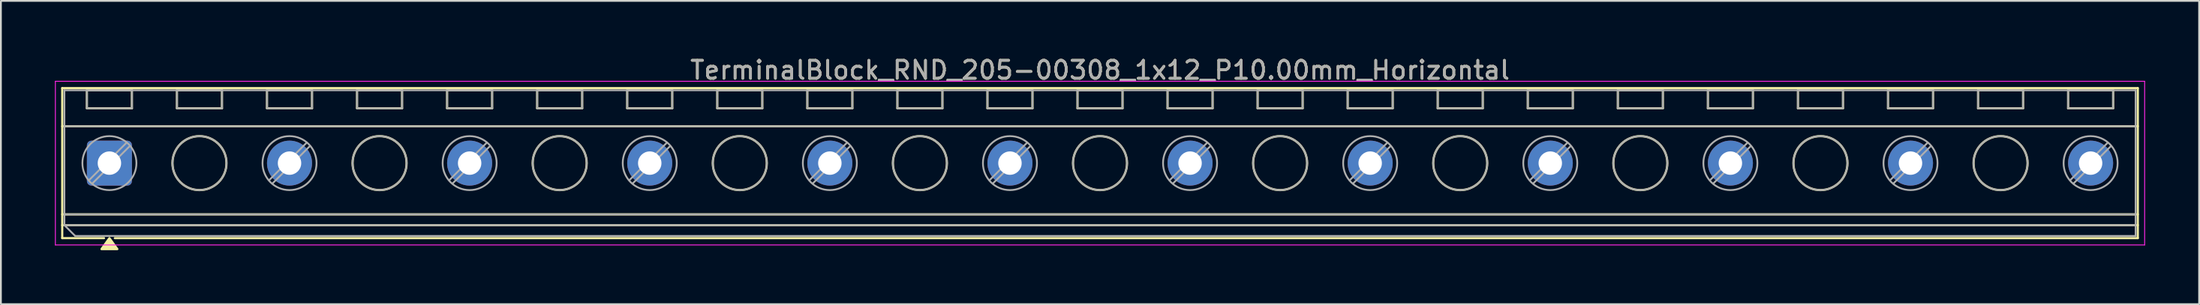
<source format=kicad_pcb>
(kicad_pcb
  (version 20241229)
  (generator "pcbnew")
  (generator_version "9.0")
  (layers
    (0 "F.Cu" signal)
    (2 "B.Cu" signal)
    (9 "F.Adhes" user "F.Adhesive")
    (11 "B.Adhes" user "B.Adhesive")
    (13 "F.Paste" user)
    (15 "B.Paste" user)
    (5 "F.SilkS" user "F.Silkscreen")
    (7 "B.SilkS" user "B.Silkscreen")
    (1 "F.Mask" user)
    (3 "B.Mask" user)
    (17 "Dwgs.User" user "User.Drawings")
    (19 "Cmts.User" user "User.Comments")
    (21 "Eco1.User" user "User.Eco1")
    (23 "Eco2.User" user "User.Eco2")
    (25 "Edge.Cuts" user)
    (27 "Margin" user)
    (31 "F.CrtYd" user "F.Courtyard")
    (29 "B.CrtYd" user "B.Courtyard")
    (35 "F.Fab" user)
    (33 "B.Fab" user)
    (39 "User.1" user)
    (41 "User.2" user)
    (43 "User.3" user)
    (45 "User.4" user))
  (footprint "TerminalBlock_RND_205-00308_1x12_P10.00mm_Horizontal"
    (layer "F.Cu")
    (at 3.025 6.018)
    (property "Reference" "TerminalBlock_RND_205-00308_1x12_P10.00mm_Horizontal" (at 55 -5.17 0) (layer "F.SilkS") (effects (font (size 1 1) (thickness 0.15))))
    (attr through_hole)
    (fp_line (start -2.62 -4.17) (end 112.62 -4.17) (stroke (width 0.12) (type solid)) (layer "F.SilkS"))
    (fp_line (start -2.62 -2.05) (end 112.62 -2.05) (stroke (width 0.12) (type solid)) (layer "F.SilkS"))
    (fp_line (start -2.62 2.85) (end 112.62 2.85) (stroke (width 0.12) (type solid)) (layer "F.SilkS"))
    (fp_line (start -2.62 3.45) (end 112.62 3.45) (stroke (width 0.12) (type solid)) (layer "F.SilkS"))
    (fp_line (start -2.62 4.17) (end -2.62 -4.17) (stroke (width 0.12) (type solid)) (layer "F.SilkS"))
    (fp_line (start -1.25 -4.05) (end 1.25 -4.05) (stroke (width 0.12) (type solid)) (layer "F.SilkS"))
    (fp_line (start -1.25 -3.05) (end -1.25 -4.05) (stroke (width 0.12) (type solid)) (layer "F.SilkS"))
    (fp_line (start -0.3 4.17) (end -2.62 4.17) (stroke (width 0.12) (type solid)) (layer "F.SilkS"))
    (fp_line (start 1.25 -4.05) (end 1.25 -3.05) (stroke (width 0.12) (type solid)) (layer "F.SilkS"))
    (fp_line (start 1.25 -3.05) (end -1.25 -3.05) (stroke (width 0.12) (type solid)) (layer "F.SilkS"))
    (fp_line (start 3.75 -4.05) (end 6.25 -4.05) (stroke (width 0.12) (type solid)) (layer "F.SilkS"))
    (fp_line (start 3.75 -3.05) (end 3.75 -4.05) (stroke (width 0.12) (type solid)) (layer "F.SilkS"))
    (fp_line (start 6.25 -4.05) (end 6.25 -3.05) (stroke (width 0.12) (type solid)) (layer "F.SilkS"))
    (fp_line (start 6.25 -3.05) (end 3.75 -3.05) (stroke (width 0.12) (type solid)) (layer "F.SilkS"))
    (fp_line (start 8.75 -4.05) (end 11.25 -4.05) (stroke (width 0.12) (type solid)) (layer "F.SilkS"))
    (fp_line (start 8.75 -3.05) (end 8.75 -4.05) (stroke (width 0.12) (type solid)) (layer "F.SilkS"))
    (fp_line (start 11.25 -4.05) (end 11.25 -3.05) (stroke (width 0.12) (type solid)) (layer "F.SilkS"))
    (fp_line (start 11.25 -3.05) (end 8.75 -3.05) (stroke (width 0.12) (type solid)) (layer "F.SilkS"))
    (fp_line (start 13.75 -4.05) (end 16.25 -4.05) (stroke (width 0.12) (type solid)) (layer "F.SilkS"))
    (fp_line (start 13.75 -3.05) (end 13.75 -4.05) (stroke (width 0.12) (type solid)) (layer "F.SilkS"))
    (fp_line (start 16.25 -4.05) (end 16.25 -3.05) (stroke (width 0.12) (type solid)) (layer "F.SilkS"))
    (fp_line (start 16.25 -3.05) (end 13.75 -3.05) (stroke (width 0.12) (type solid)) (layer "F.SilkS"))
    (fp_line (start 18.75 -4.05) (end 21.25 -4.05) (stroke (width 0.12) (type solid)) (layer "F.SilkS"))
    (fp_line (start 18.75 -3.05) (end 18.75 -4.05) (stroke (width 0.12) (type solid)) (layer "F.SilkS"))
    (fp_line (start 21.25 -4.05) (end 21.25 -3.05) (stroke (width 0.12) (type solid)) (layer "F.SilkS"))
    (fp_line (start 21.25 -3.05) (end 18.75 -3.05) (stroke (width 0.12) (type solid)) (layer "F.SilkS"))
    (fp_line (start 23.75 -4.05) (end 26.25 -4.05) (stroke (width 0.12) (type solid)) (layer "F.SilkS"))
    (fp_line (start 23.75 -3.05) (end 23.75 -4.05) (stroke (width 0.12) (type solid)) (layer "F.SilkS"))
    (fp_line (start 26.25 -4.05) (end 26.25 -3.05) (stroke (width 0.12) (type solid)) (layer "F.SilkS"))
    (fp_line (start 26.25 -3.05) (end 23.75 -3.05) (stroke (width 0.12) (type solid)) (layer "F.SilkS"))
    (fp_line (start 28.75 -4.05) (end 31.25 -4.05) (stroke (width 0.12) (type solid)) (layer "F.SilkS"))
    (fp_line (start 28.75 -3.05) (end 28.75 -4.05) (stroke (width 0.12) (type solid)) (layer "F.SilkS"))
    (fp_line (start 31.25 -4.05) (end 31.25 -3.05) (stroke (width 0.12) (type solid)) (layer "F.SilkS"))
    (fp_line (start 31.25 -3.05) (end 28.75 -3.05) (stroke (width 0.12) (type solid)) (layer "F.SilkS"))
    (fp_line (start 33.75 -4.05) (end 36.25 -4.05) (stroke (width 0.12) (type solid)) (layer "F.SilkS"))
    (fp_line (start 33.75 -3.05) (end 33.75 -4.05) (stroke (width 0.12) (type solid)) (layer "F.SilkS"))
    (fp_line (start 36.25 -4.05) (end 36.25 -3.05) (stroke (width 0.12) (type solid)) (layer "F.SilkS"))
    (fp_line (start 36.25 -3.05) (end 33.75 -3.05) (stroke (width 0.12) (type solid)) (layer "F.SilkS"))
    (fp_line (start 38.75 -4.05) (end 41.25 -4.05) (stroke (width 0.12) (type solid)) (layer "F.SilkS"))
    (fp_line (start 38.75 -3.05) (end 38.75 -4.05) (stroke (width 0.12) (type solid)) (layer "F.SilkS"))
    (fp_line (start 41.25 -4.05) (end 41.25 -3.05) (stroke (width 0.12) (type solid)) (layer "F.SilkS"))
    (fp_line (start 41.25 -3.05) (end 38.75 -3.05) (stroke (width 0.12) (type solid)) (layer "F.SilkS"))
    (fp_line (start 43.75 -4.05) (end 46.25 -4.05) (stroke (width 0.12) (type solid)) (layer "F.SilkS"))
    (fp_line (start 43.75 -3.05) (end 43.75 -4.05) (stroke (width 0.12) (type solid)) (layer "F.SilkS"))
    (fp_line (start 46.25 -4.05) (end 46.25 -3.05) (stroke (width 0.12) (type solid)) (layer "F.SilkS"))
    (fp_line (start 46.25 -3.05) (end 43.75 -3.05) (stroke (width 0.12) (type solid)) (layer "F.SilkS"))
    (fp_line (start 48.75 -4.05) (end 51.25 -4.05) (stroke (width 0.12) (type solid)) (layer "F.SilkS"))
    (fp_line (start 48.75 -3.05) (end 48.75 -4.05) (stroke (width 0.12) (type solid)) (layer "F.SilkS"))
    (fp_line (start 51.25 -4.05) (end 51.25 -3.05) (stroke (width 0.12) (type solid)) (layer "F.SilkS"))
    (fp_line (start 51.25 -3.05) (end 48.75 -3.05) (stroke (width 0.12) (type solid)) (layer "F.SilkS"))
    (fp_line (start 53.75 -4.05) (end 56.25 -4.05) (stroke (width 0.12) (type solid)) (layer "F.SilkS"))
    (fp_line (start 53.75 -3.05) (end 53.75 -4.05) (stroke (width 0.12) (type solid)) (layer "F.SilkS"))
    (fp_line (start 56.25 -4.05) (end 56.25 -3.05) (stroke (width 0.12) (type solid)) (layer "F.SilkS"))
    (fp_line (start 56.25 -3.05) (end 53.75 -3.05) (stroke (width 0.12) (type solid)) (layer "F.SilkS"))
    (fp_line (start 58.75 -4.05) (end 61.25 -4.05) (stroke (width 0.12) (type solid)) (layer "F.SilkS"))
    (fp_line (start 58.75 -3.05) (end 58.75 -4.05) (stroke (width 0.12) (type solid)) (layer "F.SilkS"))
    (fp_line (start 61.25 -4.05) (end 61.25 -3.05) (stroke (width 0.12) (type solid)) (layer "F.SilkS"))
    (fp_line (start 61.25 -3.05) (end 58.75 -3.05) (stroke (width 0.12) (type solid)) (layer "F.SilkS"))
    (fp_line (start 63.75 -4.05) (end 66.25 -4.05) (stroke (width 0.12) (type solid)) (layer "F.SilkS"))
    (fp_line (start 63.75 -3.05) (end 63.75 -4.05) (stroke (width 0.12) (type solid)) (layer "F.SilkS"))
    (fp_line (start 66.25 -4.05) (end 66.25 -3.05) (stroke (width 0.12) (type solid)) (layer "F.SilkS"))
    (fp_line (start 66.25 -3.05) (end 63.75 -3.05) (stroke (width 0.12) (type solid)) (layer "F.SilkS"))
    (fp_line (start 68.75 -4.05) (end 71.25 -4.05) (stroke (width 0.12) (type solid)) (layer "F.SilkS"))
    (fp_line (start 68.75 -3.05) (end 68.75 -4.05) (stroke (width 0.12) (type solid)) (layer "F.SilkS"))
    (fp_line (start 71.25 -4.05) (end 71.25 -3.05) (stroke (width 0.12) (type solid)) (layer "F.SilkS"))
    (fp_line (start 71.25 -3.05) (end 68.75 -3.05) (stroke (width 0.12) (type solid)) (layer "F.SilkS"))
    (fp_line (start 73.75 -4.05) (end 76.25 -4.05) (stroke (width 0.12) (type solid)) (layer "F.SilkS"))
    (fp_line (start 73.75 -3.05) (end 73.75 -4.05) (stroke (width 0.12) (type solid)) (layer "F.SilkS"))
    (fp_line (start 76.25 -4.05) (end 76.25 -3.05) (stroke (width 0.12) (type solid)) (layer "F.SilkS"))
    (fp_line (start 76.25 -3.05) (end 73.75 -3.05) (stroke (width 0.12) (type solid)) (layer "F.SilkS"))
    (fp_line (start 78.75 -4.05) (end 81.25 -4.05) (stroke (width 0.12) (type solid)) (layer "F.SilkS"))
    (fp_line (start 78.75 -3.05) (end 78.75 -4.05) (stroke (width 0.12) (type solid)) (layer "F.SilkS"))
    (fp_line (start 81.25 -4.05) (end 81.25 -3.05) (stroke (width 0.12) (type solid)) (layer "F.SilkS"))
    (fp_line (start 81.25 -3.05) (end 78.75 -3.05) (stroke (width 0.12) (type solid)) (layer "F.SilkS"))
    (fp_line (start 83.75 -4.05) (end 86.25 -4.05) (stroke (width 0.12) (type solid)) (layer "F.SilkS"))
    (fp_line (start 83.75 -3.05) (end 83.75 -4.05) (stroke (width 0.12) (type solid)) (layer "F.SilkS"))
    (fp_line (start 86.25 -4.05) (end 86.25 -3.05) (stroke (width 0.12) (type solid)) (layer "F.SilkS"))
    (fp_line (start 86.25 -3.05) (end 83.75 -3.05) (stroke (width 0.12) (type solid)) (layer "F.SilkS"))
    (fp_line (start 88.75 -4.05) (end 91.25 -4.05) (stroke (width 0.12) (type solid)) (layer "F.SilkS"))
    (fp_line (start 88.75 -3.05) (end 88.75 -4.05) (stroke (width 0.12) (type solid)) (layer "F.SilkS"))
    (fp_line (start 91.25 -4.05) (end 91.25 -3.05) (stroke (width 0.12) (type solid)) (layer "F.SilkS"))
    (fp_line (start 91.25 -3.05) (end 88.75 -3.05) (stroke (width 0.12) (type solid)) (layer "F.SilkS"))
    (fp_line (start 93.75 -4.05) (end 96.25 -4.05) (stroke (width 0.12) (type solid)) (layer "F.SilkS"))
    (fp_line (start 93.75 -3.05) (end 93.75 -4.05) (stroke (width 0.12) (type solid)) (layer "F.SilkS"))
    (fp_line (start 96.25 -4.05) (end 96.25 -3.05) (stroke (width 0.12) (type solid)) (layer "F.SilkS"))
    (fp_line (start 96.25 -3.05) (end 93.75 -3.05) (stroke (width 0.12) (type solid)) (layer "F.SilkS"))
    (fp_line (start 98.75 -4.05) (end 101.25 -4.05) (stroke (width 0.12) (type solid)) (layer "F.SilkS"))
    (fp_line (start 98.75 -3.05) (end 98.75 -4.05) (stroke (width 0.12) (type solid)) (layer "F.SilkS"))
    (fp_line (start 101.25 -4.05) (end 101.25 -3.05) (stroke (width 0.12) (type solid)) (layer "F.SilkS"))
    (fp_line (start 101.25 -3.05) (end 98.75 -3.05) (stroke (width 0.12) (type solid)) (layer "F.SilkS"))
    (fp_line (start 103.75 -4.05) (end 106.25 -4.05) (stroke (width 0.12) (type solid)) (layer "F.SilkS"))
    (fp_line (start 103.75 -3.05) (end 103.75 -4.05) (stroke (width 0.12) (type solid)) (layer "F.SilkS"))
    (fp_line (start 106.25 -4.05) (end 106.25 -3.05) (stroke (width 0.12) (type solid)) (layer "F.SilkS"))
    (fp_line (start 106.25 -3.05) (end 103.75 -3.05) (stroke (width 0.12) (type solid)) (layer "F.SilkS"))
    (fp_line (start 108.75 -4.05) (end 111.25 -4.05) (stroke (width 0.12) (type solid)) (layer "F.SilkS"))
    (fp_line (start 108.75 -3.05) (end 108.75 -4.05) (stroke (width 0.12) (type solid)) (layer "F.SilkS"))
    (fp_line (start 111.25 -4.05) (end 111.25 -3.05) (stroke (width 0.12) (type solid)) (layer "F.SilkS"))
    (fp_line (start 111.25 -3.05) (end 108.75 -3.05) (stroke (width 0.12) (type solid)) (layer "F.SilkS"))
    (fp_line (start 112.62 -4.17) (end 112.62 4.17) (stroke (width 0.12) (type solid)) (layer "F.SilkS"))
    (fp_line (start 112.62 4.17) (end 0.3 4.17) (stroke (width 0.12) (type solid)) (layer "F.SilkS"))
    (fp_circle (center 5 0) (end 6.5 0) (stroke (width 0.12) (type solid)) (fill no) (layer "F.SilkS"))
    (fp_circle (center 15 0) (end 16.5 0) (stroke (width 0.12) (type solid)) (fill no) (layer "F.SilkS"))
    (fp_circle (center 25 0) (end 26.5 0) (stroke (width 0.12) (type solid)) (fill no) (layer "F.SilkS"))
    (fp_circle (center 35 0) (end 36.5 0) (stroke (width 0.12) (type solid)) (fill no) (layer "F.SilkS"))
    (fp_circle (center 45 0) (end 46.5 0) (stroke (width 0.12) (type solid)) (fill no) (layer "F.SilkS"))
    (fp_circle (center 55 0) (end 56.5 0) (stroke (width 0.12) (type solid)) (fill no) (layer "F.SilkS"))
    (fp_circle (center 65 0) (end 66.5 0) (stroke (width 0.12) (type solid)) (fill no) (layer "F.SilkS"))
    (fp_circle (center 75 0) (end 76.5 0) (stroke (width 0.12) (type solid)) (fill no) (layer "F.SilkS"))
    (fp_circle (center 85 0) (end 86.5 0) (stroke (width 0.12) (type solid)) (fill no) (layer "F.SilkS"))
    (fp_circle (center 95 0) (end 96.5 0) (stroke (width 0.12) (type solid)) (fill no) (layer "F.SilkS"))
    (fp_circle (center 105 0) (end 106.5 0) (stroke (width 0.12) (type solid)) (fill no) (layer "F.SilkS"))
    (fp_poly (pts (xy 0 4.17) (xy 0.44 4.78) (xy -0.44 4.78)) (stroke (width 0.12) (type solid)) (fill yes) (layer "F.SilkS"))
    (fp_line (start -3 -4.55) (end -3 4.55) (stroke (width 0.05) (type solid)) (layer "F.CrtYd"))
    (fp_line (start -3 4.55) (end 113 4.55) (stroke (width 0.05) (type solid)) (layer "F.CrtYd"))
    (fp_line (start 113 -4.55) (end -3 -4.55) (stroke (width 0.05) (type solid)) (layer "F.CrtYd"))
    (fp_line (start 113 4.55) (end 113 -4.55) (stroke (width 0.05) (type solid)) (layer "F.CrtYd"))
    (fp_line (start -2.5 -4.05) (end 112.5 -4.05) (stroke (width 0.1) (type solid)) (layer "F.Fab"))
    (fp_line (start -2.5 -2.05) (end 112.5 -2.05) (stroke (width 0.1) (type solid)) (layer "F.Fab"))
    (fp_line (start -2.5 2.85) (end 112.5 2.85) (stroke (width 0.1) (type solid)) (layer "F.Fab"))
    (fp_line (start -2.5 3.45) (end -2.5 -4.05) (stroke (width 0.1) (type solid)) (layer "F.Fab"))
    (fp_line (start -2.5 3.45) (end 112.5 3.45) (stroke (width 0.1) (type solid)) (layer "F.Fab"))
    (fp_line (start -1.9 4.05) (end -2.5 3.45) (stroke (width 0.1) (type solid)) (layer "F.Fab"))
    (fp_line (start -1.25 -4.05) (end -1.25 -3.05) (stroke (width 0.1) (type solid)) (layer "F.Fab"))
    (fp_line (start -1.25 -3.05) (end 1.25 -3.05) (stroke (width 0.1) (type solid)) (layer "F.Fab"))
    (fp_line (start 0.955 -1.138) (end -1.138 0.955) (stroke (width 0.1) (type solid)) (layer "F.Fab"))
    (fp_line (start 1.138 -0.955) (end -0.955 1.138) (stroke (width 0.1) (type solid)) (layer "F.Fab"))
    (fp_line (start 1.25 -4.05) (end -1.25 -4.05) (stroke (width 0.1) (type solid)) (layer "F.Fab"))
    (fp_line (start 1.25 -3.05) (end 1.25 -4.05) (stroke (width 0.1) (type solid)) (layer "F.Fab"))
    (fp_line (start 3.75 -4.05) (end 3.75 -3.05) (stroke (width 0.1) (type solid)) (layer "F.Fab"))
    (fp_line (start 3.75 -3.05) (end 6.25 -3.05) (stroke (width 0.1) (type solid)) (layer "F.Fab"))
    (fp_line (start 6.25 -4.05) (end 3.75 -4.05) (stroke (width 0.1) (type solid)) (layer "F.Fab"))
    (fp_line (start 6.25 -3.05) (end 6.25 -4.05) (stroke (width 0.1) (type solid)) (layer "F.Fab"))
    (fp_line (start 8.75 -4.05) (end 8.75 -3.05) (stroke (width 0.1) (type solid)) (layer "F.Fab"))
    (fp_line (start 8.75 -3.05) (end 11.25 -3.05) (stroke (width 0.1) (type solid)) (layer "F.Fab"))
    (fp_line (start 10.955 -1.138) (end 8.862 0.955) (stroke (width 0.1) (type solid)) (layer "F.Fab"))
    (fp_line (start 11.138 -0.955) (end 9.045 1.138) (stroke (width 0.1) (type solid)) (layer "F.Fab"))
    (fp_line (start 11.25 -4.05) (end 8.75 -4.05) (stroke (width 0.1) (type solid)) (layer "F.Fab"))
    (fp_line (start 11.25 -3.05) (end 11.25 -4.05) (stroke (width 0.1) (type solid)) (layer "F.Fab"))
    (fp_line (start 13.75 -4.05) (end 13.75 -3.05) (stroke (width 0.1) (type solid)) (layer "F.Fab"))
    (fp_line (start 13.75 -3.05) (end 16.25 -3.05) (stroke (width 0.1) (type solid)) (layer "F.Fab"))
    (fp_line (start 16.25 -4.05) (end 13.75 -4.05) (stroke (width 0.1) (type solid)) (layer "F.Fab"))
    (fp_line (start 16.25 -3.05) (end 16.25 -4.05) (stroke (width 0.1) (type solid)) (layer "F.Fab"))
    (fp_line (start 18.75 -4.05) (end 18.75 -3.05) (stroke (width 0.1) (type solid)) (layer "F.Fab"))
    (fp_line (start 18.75 -3.05) (end 21.25 -3.05) (stroke (width 0.1) (type solid)) (layer "F.Fab"))
    (fp_line (start 20.955 -1.138) (end 18.862 0.955) (stroke (width 0.1) (type solid)) (layer "F.Fab"))
    (fp_line (start 21.138 -0.955) (end 19.045 1.138) (stroke (width 0.1) (type solid)) (layer "F.Fab"))
    (fp_line (start 21.25 -4.05) (end 18.75 -4.05) (stroke (width 0.1) (type solid)) (layer "F.Fab"))
    (fp_line (start 21.25 -3.05) (end 21.25 -4.05) (stroke (width 0.1) (type solid)) (layer "F.Fab"))
    (fp_line (start 23.75 -4.05) (end 23.75 -3.05) (stroke (width 0.1) (type solid)) (layer "F.Fab"))
    (fp_line (start 23.75 -3.05) (end 26.25 -3.05) (stroke (width 0.1) (type solid)) (layer "F.Fab"))
    (fp_line (start 26.25 -4.05) (end 23.75 -4.05) (stroke (width 0.1) (type solid)) (layer "F.Fab"))
    (fp_line (start 26.25 -3.05) (end 26.25 -4.05) (stroke (width 0.1) (type solid)) (layer "F.Fab"))
    (fp_line (start 28.75 -4.05) (end 28.75 -3.05) (stroke (width 0.1) (type solid)) (layer "F.Fab"))
    (fp_line (start 28.75 -3.05) (end 31.25 -3.05) (stroke (width 0.1) (type solid)) (layer "F.Fab"))
    (fp_line (start 30.955 -1.138) (end 28.862 0.955) (stroke (width 0.1) (type solid)) (layer "F.Fab"))
    (fp_line (start 31.138 -0.955) (end 29.045 1.138) (stroke (width 0.1) (type solid)) (layer "F.Fab"))
    (fp_line (start 31.25 -4.05) (end 28.75 -4.05) (stroke (width 0.1) (type solid)) (layer "F.Fab"))
    (fp_line (start 31.25 -3.05) (end 31.25 -4.05) (stroke (width 0.1) (type solid)) (layer "F.Fab"))
    (fp_line (start 33.75 -4.05) (end 33.75 -3.05) (stroke (width 0.1) (type solid)) (layer "F.Fab"))
    (fp_line (start 33.75 -3.05) (end 36.25 -3.05) (stroke (width 0.1) (type solid)) (layer "F.Fab"))
    (fp_line (start 36.25 -4.05) (end 33.75 -4.05) (stroke (width 0.1) (type solid)) (layer "F.Fab"))
    (fp_line (start 36.25 -3.05) (end 36.25 -4.05) (stroke (width 0.1) (type solid)) (layer "F.Fab"))
    (fp_line (start 38.75 -4.05) (end 38.75 -3.05) (stroke (width 0.1) (type solid)) (layer "F.Fab"))
    (fp_line (start 38.75 -3.05) (end 41.25 -3.05) (stroke (width 0.1) (type solid)) (layer "F.Fab"))
    (fp_line (start 40.955 -1.138) (end 38.862 0.955) (stroke (width 0.1) (type solid)) (layer "F.Fab"))
    (fp_line (start 41.138 -0.955) (end 39.045 1.138) (stroke (width 0.1) (type solid)) (layer "F.Fab"))
    (fp_line (start 41.25 -4.05) (end 38.75 -4.05) (stroke (width 0.1) (type solid)) (layer "F.Fab"))
    (fp_line (start 41.25 -3.05) (end 41.25 -4.05) (stroke (width 0.1) (type solid)) (layer "F.Fab"))
    (fp_line (start 43.75 -4.05) (end 43.75 -3.05) (stroke (width 0.1) (type solid)) (layer "F.Fab"))
    (fp_line (start 43.75 -3.05) (end 46.25 -3.05) (stroke (width 0.1) (type solid)) (layer "F.Fab"))
    (fp_line (start 46.25 -4.05) (end 43.75 -4.05) (stroke (width 0.1) (type solid)) (layer "F.Fab"))
    (fp_line (start 46.25 -3.05) (end 46.25 -4.05) (stroke (width 0.1) (type solid)) (layer "F.Fab"))
    (fp_line (start 48.75 -4.05) (end 48.75 -3.05) (stroke (width 0.1) (type solid)) (layer "F.Fab"))
    (fp_line (start 48.75 -3.05) (end 51.25 -3.05) (stroke (width 0.1) (type solid)) (layer "F.Fab"))
    (fp_line (start 50.955 -1.138) (end 48.862 0.955) (stroke (width 0.1) (type solid)) (layer "F.Fab"))
    (fp_line (start 51.138 -0.955) (end 49.045 1.138) (stroke (width 0.1) (type solid)) (layer "F.Fab"))
    (fp_line (start 51.25 -4.05) (end 48.75 -4.05) (stroke (width 0.1) (type solid)) (layer "F.Fab"))
    (fp_line (start 51.25 -3.05) (end 51.25 -4.05) (stroke (width 0.1) (type solid)) (layer "F.Fab"))
    (fp_line (start 53.75 -4.05) (end 53.75 -3.05) (stroke (width 0.1) (type solid)) (layer "F.Fab"))
    (fp_line (start 53.75 -3.05) (end 56.25 -3.05) (stroke (width 0.1) (type solid)) (layer "F.Fab"))
    (fp_line (start 56.25 -4.05) (end 53.75 -4.05) (stroke (width 0.1) (type solid)) (layer "F.Fab"))
    (fp_line (start 56.25 -3.05) (end 56.25 -4.05) (stroke (width 0.1) (type solid)) (layer "F.Fab"))
    (fp_line (start 58.75 -4.05) (end 58.75 -3.05) (stroke (width 0.1) (type solid)) (layer "F.Fab"))
    (fp_line (start 58.75 -3.05) (end 61.25 -3.05) (stroke (width 0.1) (type solid)) (layer "F.Fab"))
    (fp_line (start 60.955 -1.138) (end 58.862 0.955) (stroke (width 0.1) (type solid)) (layer "F.Fab"))
    (fp_line (start 61.138 -0.955) (end 59.045 1.138) (stroke (width 0.1) (type solid)) (layer "F.Fab"))
    (fp_line (start 61.25 -4.05) (end 58.75 -4.05) (stroke (width 0.1) (type solid)) (layer "F.Fab"))
    (fp_line (start 61.25 -3.05) (end 61.25 -4.05) (stroke (width 0.1) (type solid)) (layer "F.Fab"))
    (fp_line (start 63.75 -4.05) (end 63.75 -3.05) (stroke (width 0.1) (type solid)) (layer "F.Fab"))
    (fp_line (start 63.75 -3.05) (end 66.25 -3.05) (stroke (width 0.1) (type solid)) (layer "F.Fab"))
    (fp_line (start 66.25 -4.05) (end 63.75 -4.05) (stroke (width 0.1) (type solid)) (layer "F.Fab"))
    (fp_line (start 66.25 -3.05) (end 66.25 -4.05) (stroke (width 0.1) (type solid)) (layer "F.Fab"))
    (fp_line (start 68.75 -4.05) (end 68.75 -3.05) (stroke (width 0.1) (type solid)) (layer "F.Fab"))
    (fp_line (start 68.75 -3.05) (end 71.25 -3.05) (stroke (width 0.1) (type solid)) (layer "F.Fab"))
    (fp_line (start 70.955 -1.138) (end 68.862 0.955) (stroke (width 0.1) (type solid)) (layer "F.Fab"))
    (fp_line (start 71.138 -0.955) (end 69.045 1.138) (stroke (width 0.1) (type solid)) (layer "F.Fab"))
    (fp_line (start 71.25 -4.05) (end 68.75 -4.05) (stroke (width 0.1) (type solid)) (layer "F.Fab"))
    (fp_line (start 71.25 -3.05) (end 71.25 -4.05) (stroke (width 0.1) (type solid)) (layer "F.Fab"))
    (fp_line (start 73.75 -4.05) (end 73.75 -3.05) (stroke (width 0.1) (type solid)) (layer "F.Fab"))
    (fp_line (start 73.75 -3.05) (end 76.25 -3.05) (stroke (width 0.1) (type solid)) (layer "F.Fab"))
    (fp_line (start 76.25 -4.05) (end 73.75 -4.05) (stroke (width 0.1) (type solid)) (layer "F.Fab"))
    (fp_line (start 76.25 -3.05) (end 76.25 -4.05) (stroke (width 0.1) (type solid)) (layer "F.Fab"))
    (fp_line (start 78.75 -4.05) (end 78.75 -3.05) (stroke (width 0.1) (type solid)) (layer "F.Fab"))
    (fp_line (start 78.75 -3.05) (end 81.25 -3.05) (stroke (width 0.1) (type solid)) (layer "F.Fab"))
    (fp_line (start 80.955 -1.138) (end 78.862 0.955) (stroke (width 0.1) (type solid)) (layer "F.Fab"))
    (fp_line (start 81.138 -0.955) (end 79.045 1.138) (stroke (width 0.1) (type solid)) (layer "F.Fab"))
    (fp_line (start 81.25 -4.05) (end 78.75 -4.05) (stroke (width 0.1) (type solid)) (layer "F.Fab"))
    (fp_line (start 81.25 -3.05) (end 81.25 -4.05) (stroke (width 0.1) (type solid)) (layer "F.Fab"))
    (fp_line (start 83.75 -4.05) (end 83.75 -3.05) (stroke (width 0.1) (type solid)) (layer "F.Fab"))
    (fp_line (start 83.75 -3.05) (end 86.25 -3.05) (stroke (width 0.1) (type solid)) (layer "F.Fab"))
    (fp_line (start 86.25 -4.05) (end 83.75 -4.05) (stroke (width 0.1) (type solid)) (layer "F.Fab"))
    (fp_line (start 86.25 -3.05) (end 86.25 -4.05) (stroke (width 0.1) (type solid)) (layer "F.Fab"))
    (fp_line (start 88.75 -4.05) (end 88.75 -3.05) (stroke (width 0.1) (type solid)) (layer "F.Fab"))
    (fp_line (start 88.75 -3.05) (end 91.25 -3.05) (stroke (width 0.1) (type solid)) (layer "F.Fab"))
    (fp_line (start 90.955 -1.138) (end 88.862 0.955) (stroke (width 0.1) (type solid)) (layer "F.Fab"))
    (fp_line (start 91.138 -0.955) (end 89.045 1.138) (stroke (width 0.1) (type solid)) (layer "F.Fab"))
    (fp_line (start 91.25 -4.05) (end 88.75 -4.05) (stroke (width 0.1) (type solid)) (layer "F.Fab"))
    (fp_line (start 91.25 -3.05) (end 91.25 -4.05) (stroke (width 0.1) (type solid)) (layer "F.Fab"))
    (fp_line (start 93.75 -4.05) (end 93.75 -3.05) (stroke (width 0.1) (type solid)) (layer "F.Fab"))
    (fp_line (start 93.75 -3.05) (end 96.25 -3.05) (stroke (width 0.1) (type solid)) (layer "F.Fab"))
    (fp_line (start 96.25 -4.05) (end 93.75 -4.05) (stroke (width 0.1) (type solid)) (layer "F.Fab"))
    (fp_line (start 96.25 -3.05) (end 96.25 -4.05) (stroke (width 0.1) (type solid)) (layer "F.Fab"))
    (fp_line (start 98.75 -4.05) (end 98.75 -3.05) (stroke (width 0.1) (type solid)) (layer "F.Fab"))
    (fp_line (start 98.75 -3.05) (end 101.25 -3.05) (stroke (width 0.1) (type solid)) (layer "F.Fab"))
    (fp_line (start 100.955 -1.138) (end 98.862 0.955) (stroke (width 0.1) (type solid)) (layer "F.Fab"))
    (fp_line (start 101.138 -0.955) (end 99.045 1.138) (stroke (width 0.1) (type solid)) (layer "F.Fab"))
    (fp_line (start 101.25 -4.05) (end 98.75 -4.05) (stroke (width 0.1) (type solid)) (layer "F.Fab"))
    (fp_line (start 101.25 -3.05) (end 101.25 -4.05) (stroke (width 0.1) (type solid)) (layer "F.Fab"))
    (fp_line (start 103.75 -4.05) (end 103.75 -3.05) (stroke (width 0.1) (type solid)) (layer "F.Fab"))
    (fp_line (start 103.75 -3.05) (end 106.25 -3.05) (stroke (width 0.1) (type solid)) (layer "F.Fab"))
    (fp_line (start 106.25 -4.05) (end 103.75 -4.05) (stroke (width 0.1) (type solid)) (layer "F.Fab"))
    (fp_line (start 106.25 -3.05) (end 106.25 -4.05) (stroke (width 0.1) (type solid)) (layer "F.Fab"))
    (fp_line (start 108.75 -4.05) (end 108.75 -3.05) (stroke (width 0.1) (type solid)) (layer "F.Fab"))
    (fp_line (start 108.75 -3.05) (end 111.25 -3.05) (stroke (width 0.1) (type solid)) (layer "F.Fab"))
    (fp_line (start 110.955 -1.138) (end 108.862 0.955) (stroke (width 0.1) (type solid)) (layer "F.Fab"))
    (fp_line (start 111.138 -0.955) (end 109.045 1.138) (stroke (width 0.1) (type solid)) (layer "F.Fab"))
    (fp_line (start 111.25 -4.05) (end 108.75 -4.05) (stroke (width 0.1) (type solid)) (layer "F.Fab"))
    (fp_line (start 111.25 -3.05) (end 111.25 -4.05) (stroke (width 0.1) (type solid)) (layer "F.Fab"))
    (fp_line (start 112.5 -4.05) (end 112.5 4.05) (stroke (width 0.1) (type solid)) (layer "F.Fab"))
    (fp_line (start 112.5 4.05) (end -1.9 4.05) (stroke (width 0.1) (type solid)) (layer "F.Fab"))
    (fp_circle (center 0 0) (end 1.5 0) (stroke (width 0.1) (type solid)) (fill no) (layer "F.Fab"))
    (fp_circle (center 5 0) (end 6.5 0) (stroke (width 0.1) (type solid)) (fill no) (layer "F.Fab"))
    (fp_circle (center 10 0) (end 11.5 0) (stroke (width 0.1) (type solid)) (fill no) (layer "F.Fab"))
    (fp_circle (center 15 0) (end 16.5 0) (stroke (width 0.1) (type solid)) (fill no) (layer "F.Fab"))
    (fp_circle (center 20 0) (end 21.5 0) (stroke (width 0.1) (type solid)) (fill no) (layer "F.Fab"))
    (fp_circle (center 25 0) (end 26.5 0) (stroke (width 0.1) (type solid)) (fill no) (layer "F.Fab"))
    (fp_circle (center 30 0) (end 31.5 0) (stroke (width 0.1) (type solid)) (fill no) (layer "F.Fab"))
    (fp_circle (center 35 0) (end 36.5 0) (stroke (width 0.1) (type solid)) (fill no) (layer "F.Fab"))
    (fp_circle (center 40 0) (end 41.5 0) (stroke (width 0.1) (type solid)) (fill no) (layer "F.Fab"))
    (fp_circle (center 45 0) (end 46.5 0) (stroke (width 0.1) (type solid)) (fill no) (layer "F.Fab"))
    (fp_circle (center 50 0) (end 51.5 0) (stroke (width 0.1) (type solid)) (fill no) (layer "F.Fab"))
    (fp_circle (center 55 0) (end 56.5 0) (stroke (width 0.1) (type solid)) (fill no) (layer "F.Fab"))
    (fp_circle (center 60 0) (end 61.5 0) (stroke (width 0.1) (type solid)) (fill no) (layer "F.Fab"))
    (fp_circle (center 65 0) (end 66.5 0) (stroke (width 0.1) (type solid)) (fill no) (layer "F.Fab"))
    (fp_circle (center 70 0) (end 71.5 0) (stroke (width 0.1) (type solid)) (fill no) (layer "F.Fab"))
    (fp_circle (center 75 0) (end 76.5 0) (stroke (width 0.1) (type solid)) (fill no) (layer "F.Fab"))
    (fp_circle (center 80 0) (end 81.5 0) (stroke (width 0.1) (type solid)) (fill no) (layer "F.Fab"))
    (fp_circle (center 85 0) (end 86.5 0) (stroke (width 0.1) (type solid)) (fill no) (layer "F.Fab"))
    (fp_circle (center 90 0) (end 91.5 0) (stroke (width 0.1) (type solid)) (fill no) (layer "F.Fab"))
    (fp_circle (center 95 0) (end 96.5 0) (stroke (width 0.1) (type solid)) (fill no) (layer "F.Fab"))
    (fp_circle (center 100 0) (end 101.5 0) (stroke (width 0.1) (type solid)) (fill no) (layer "F.Fab"))
    (fp_circle (center 105 0) (end 106.5 0) (stroke (width 0.1) (type solid)) (fill no) (layer "F.Fab"))
    (fp_circle (center 110 0) (end 111.5 0) (stroke (width 0.1) (type solid)) (fill no) (layer "F.Fab"))
    (fp_text user "${REFERENCE}" (at 55 -5.17 0) (layer "F.Fab") (effects (font (size 1 1) (thickness 0.15))))
    (pad "1" thru_hole roundrect (at 0 0) (size 2.5 2.5) (drill 1.3) (layers "*.Cu" "*.Mask") (roundrect_rratio 0.1))
    (pad "2" thru_hole circle (at 10 0) (size 2.5 2.5) (drill 1.3) (layers "*.Cu" "*.Mask"))
    (pad "3" thru_hole circle (at 20 0) (size 2.5 2.5) (drill 1.3) (layers "*.Cu" "*.Mask"))
    (pad "4" thru_hole circle (at 30 0) (size 2.5 2.5) (drill 1.3) (layers "*.Cu" "*.Mask"))
    (pad "5" thru_hole circle (at 40 0) (size 2.5 2.5) (drill 1.3) (layers "*.Cu" "*.Mask"))
    (pad "6" thru_hole circle (at 50 0) (size 2.5 2.5) (drill 1.3) (layers "*.Cu" "*.Mask"))
    (pad "7" thru_hole circle (at 60 0) (size 2.5 2.5) (drill 1.3) (layers "*.Cu" "*.Mask"))
    (pad "8" thru_hole circle (at 70 0) (size 2.5 2.5) (drill 1.3) (layers "*.Cu" "*.Mask"))
    (pad "9" thru_hole circle (at 80 0) (size 2.5 2.5) (drill 1.3) (layers "*.Cu" "*.Mask"))
    (pad "10" thru_hole circle (at 90 0) (size 2.5 2.5) (drill 1.3) (layers "*.Cu" "*.Mask"))
    (pad "11" thru_hole circle (at 100 0) (size 2.5 2.5) (drill 1.3) (layers "*.Cu" "*.Mask"))
    (pad "12" thru_hole circle (at 110 0) (size 2.5 2.5) (drill 1.3) (layers "*.Cu" "*.Mask")))
  (gr_rect
    (start -3 -3)
    (end 119.05 13.858)
    (stroke (width 0.1) (type default))
    (fill no)
    (layer "Edge.Cuts")))
</source>
